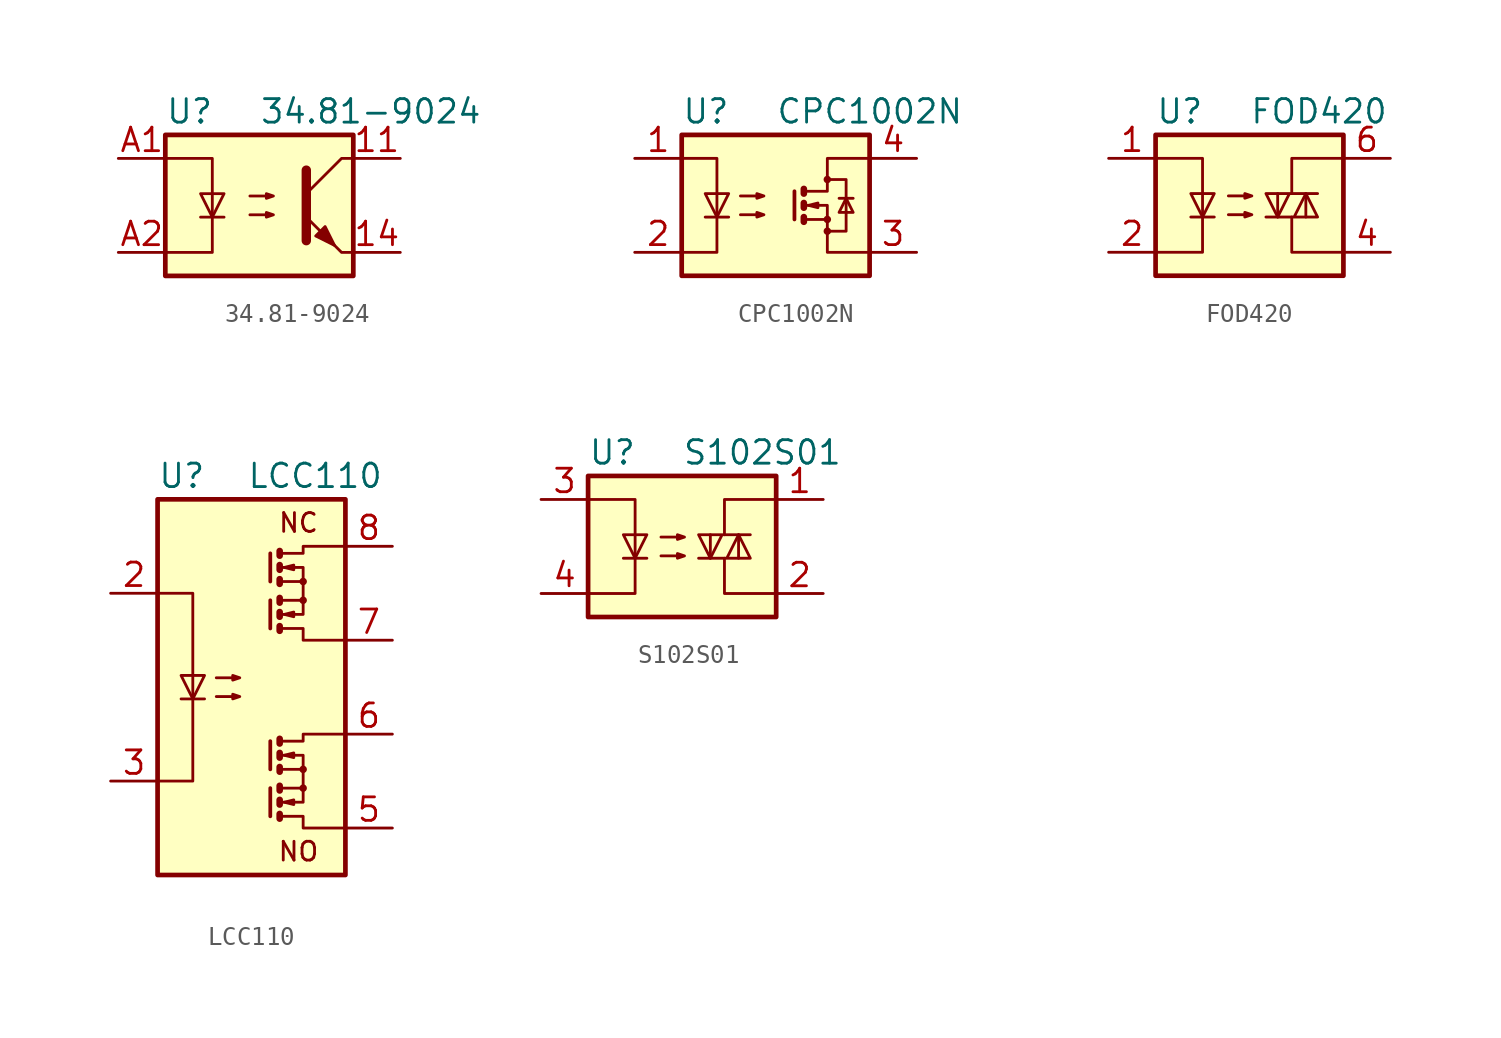
<source format=kicad_sym>
(kicad_symbol_lib
  (version 20211014)
  (generator kicad_symbol_editor)
  (symbol "34.81-9024"
    (property "Reference" "U"
      (at -5.08 5.08 0)
      (effects (font (size 1.27 1.27)) (justify left)))
    (property "Value" "34.81-9024"
      (at 0 5.08 0)
      (effects (font (size 1.27 1.27)) (justify left)))
    (symbol "34.81-9024_0_1"
      (rectangle (start -5.08 3.81) (end 5.08 -3.81) (stroke (width 0.254) (type default) (color 0 0 0 0)) (fill (type background)))
      (polyline (pts (xy -3.175 -0.635) (xy -1.905 -0.635)) (stroke (width 0) (type default) (color 0 0 0 0)) (fill (type none)))
      (polyline (pts (xy 2.54 1.905) (xy 2.54 -1.905) (xy 2.54 -1.905)) (stroke (width 0.508) (type default) (color 0 0 0 0)) (fill (type none)))
      (polyline (pts (xy -5.08 2.54) (xy -2.54 2.54) (xy -2.54 -2.54) (xy -5.08 -2.54)) (stroke (width 0) (type default) (color 0 0 0 0)) (fill (type none)))
      (polyline (pts (xy -2.54 -0.635) (xy -3.175 0.635) (xy -1.905 0.635) (xy -2.54 -0.635)) (stroke (width 0) (type default) (color 0 0 0 0)) (fill (type none)))
      (polyline (pts (xy -0.508 -0.508) (xy 0.762 -0.508) (xy 0.381 -0.635) (xy 0.381 -0.381) (xy 0.762 -0.508)) (stroke (width 0) (type default) (color 0 0 0 0)) (fill (type none)))
      (polyline (pts (xy -0.508 0.508) (xy 0.762 0.508) (xy 0.381 0.381) (xy 0.381 0.635) (xy 0.762 0.508)) (stroke (width 0) (type default) (color 0 0 0 0)) (fill (type none)))
      (polyline (pts (xy 3.048 -1.651) (xy 3.556 -1.143) (xy 4.064 -2.159) (xy 3.048 -1.651) (xy 3.048 -1.651)) (stroke (width 0) (type default) (color 0 0 0 0)) (fill (type outline)))
      (polyline (pts (xy 5.08 2.54) (xy 4.445 2.54) (xy 2.54 0.635) (xy 2.54 -0.635) (xy 4.445 -2.54) (xy 5.08 -2.54)) (stroke (width 0) (type default) (color 0 0 0 0)) (fill (type none))))
    (symbol "34.81-9024_1_1"
      (pin passive line (at 7.62 2.54 180) (length 2.54) (name "~" (effects (font (size 1.27 1.27)))) (number "11" (effects (font (size 1.27 1.27)))))
      (pin passive line (at 7.62 -2.54 180) (length 2.54) (name "~" (effects (font (size 1.27 1.27)))) (number "14" (effects (font (size 1.27 1.27)))))
      (pin passive line (at -7.62 2.54 0) (length 2.54) (name "~" (effects (font (size 1.27 1.27)))) (number "A1" (effects (font (size 1.27 1.27)))))
      (pin passive line (at -7.62 -2.54 0) (length 2.54) (name "~" (effects (font (size 1.27 1.27)))) (number "A2" (effects (font (size 1.27 1.27)))))))
  (symbol "CPC1002N"
    (property "Reference" "U"
      (at -5.08 5.08 0)
      (effects (font (size 1.27 1.27)) (justify left)))
    (property "Value" "CPC1002N"
      (at 0 5.08 0)
      (effects (font (size 1.27 1.27)) (justify left)))
    (symbol "CPC1002N_0_1"
      (rectangle (start -5.08 3.81) (end 5.08 -3.81) (stroke (width 0.254) (type default) (color 0 0 0 0)) (fill (type background)))
      (polyline (pts (xy -3.81 -0.635) (xy -2.54 -0.635)) (stroke (width 0) (type default) (color 0 0 0 0)) (fill (type none)))
      (polyline (pts (xy 1.016 0.762) (xy 1.016 -0.762)) (stroke (width 0.203) (type default) (color 0 0 0 0)) (fill (type none)))
      (polyline (pts (xy 1.524 -0.762) (xy 2.794 -0.762)) (stroke (width 0) (type default) (color 0 0 0 0)) (fill (type none)))
      (polyline (pts (xy 3.429 0.381) (xy 4.191 0.381)) (stroke (width 0) (type default) (color 0 0 0 0)) (fill (type none)))
      (polyline (pts (xy 1.524 -0.635) (xy 1.524 -0.889) (xy 1.524 -0.889)) (stroke (width 0.356) (type default) (color 0 0 0 0)) (fill (type none)))
      (polyline (pts (xy 1.524 0.127) (xy 1.524 -0.127) (xy 1.524 -0.127)) (stroke (width 0.356) (type default) (color 0 0 0 0)) (fill (type none)))
      (polyline (pts (xy 1.524 0.889) (xy 1.524 0.635) (xy 1.524 0.635)) (stroke (width 0.356) (type default) (color 0 0 0 0)) (fill (type none)))
      (polyline (pts (xy -5.08 2.54) (xy -3.175 2.54) (xy -3.175 -2.54) (xy -5.08 -2.54)) (stroke (width 0) (type default) (color 0 0 0 0)) (fill (type none)))
      (polyline (pts (xy -3.175 -0.635) (xy -3.81 0.635) (xy -2.54 0.635) (xy -3.175 -0.635)) (stroke (width 0) (type default) (color 0 0 0 0)) (fill (type none)))
      (polyline (pts (xy 1.524 0) (xy 2.794 0) (xy 2.794 -2.54) (xy 5.08 -2.54)) (stroke (width 0) (type default) (color 0 0 0 0)) (fill (type none)))
      (polyline (pts (xy 1.524 0.762) (xy 2.794 0.762) (xy 2.794 2.54) (xy 5.08 2.54)) (stroke (width 0) (type default) (color 0 0 0 0)) (fill (type none)))
      (polyline (pts (xy 1.778 0) (xy 2.286 0.127) (xy 2.286 -0.127) (xy 1.778 0)) (stroke (width 0) (type default) (color 0 0 0 0)) (fill (type none)))
      (polyline (pts (xy 2.794 -1.397) (xy 3.81 -1.397) (xy 3.81 1.397) (xy 2.794 1.397)) (stroke (width 0) (type default) (color 0 0 0 0)) (fill (type none)))
      (polyline (pts (xy 3.81 0.381) (xy 3.429 -0.381) (xy 4.191 -0.381) (xy 3.81 0.381)) (stroke (width 0) (type default) (color 0 0 0 0)) (fill (type none)))
      (polyline (pts (xy -1.905 -0.508) (xy -0.635 -0.508) (xy -1.016 -0.635) (xy -1.016 -0.381) (xy -0.635 -0.508)) (stroke (width 0) (type default) (color 0 0 0 0)) (fill (type none)))
      (polyline (pts (xy -1.905 0.508) (xy -0.635 0.508) (xy -1.016 0.381) (xy -1.016 0.635) (xy -0.635 0.508)) (stroke (width 0) (type default) (color 0 0 0 0)) (fill (type none)))
      (circle (center 2.794 -1.397) (radius 0.127) (stroke (width 0) (type default) (color 0 0 0 0)) (fill (type none)))
      (circle (center 2.794 -0.762) (radius 0.127) (stroke (width 0) (type default) (color 0 0 0 0)) (fill (type none)))
      (circle (center 2.794 1.397) (radius 0.127) (stroke (width 0) (type default) (color 0 0 0 0)) (fill (type none))))
    (symbol "CPC1002N_1_1"
      (pin passive line (at -7.62 2.54 0) (length 2.54) (name "~" (effects (font (size 1.27 1.27)))) (number "1" (effects (font (size 1.27 1.27)))))
      (pin passive line (at -7.62 -2.54 0) (length 2.54) (name "~" (effects (font (size 1.27 1.27)))) (number "2" (effects (font (size 1.27 1.27)))))
      (pin passive line (at 7.62 -2.54 180) (length 2.54) (name "~" (effects (font (size 1.27 1.27)))) (number "3" (effects (font (size 1.27 1.27)))))
      (pin passive line (at 7.62 2.54 180) (length 2.54) (name "~" (effects (font (size 1.27 1.27)))) (number "4" (effects (font (size 1.27 1.27)))))))
  (symbol "FOD420"
    (property "Reference" "U"
      (at -5.08 5.08 0)
      (effects (font (size 1.27 1.27)) (justify left)))
    (property "Value" "FOD420"
      (at 0 5.08 0)
      (effects (font (size 1.27 1.27)) (justify left)))
    (symbol "FOD420_0_1"
      (rectangle (start -5.08 3.81) (end 5.08 -3.81) (stroke (width 0.254) (type default) (color 0 0 0 0)) (fill (type background)))
      (polyline (pts (xy -3.175 -0.635) (xy -1.905 -0.635)) (stroke (width 0) (type default) (color 0 0 0 0)) (fill (type none)))
      (polyline (pts (xy 1.524 -0.635) (xy 1.524 0.635)) (stroke (width 0) (type default) (color 0 0 0 0)) (fill (type none)))
      (polyline (pts (xy 3.048 0.635) (xy 3.048 -0.635)) (stroke (width 0) (type default) (color 0 0 0 0)) (fill (type none)))
      (polyline (pts (xy 2.286 -0.635) (xy 2.286 -2.54) (xy 5.08 -2.54)) (stroke (width 0) (type default) (color 0 0 0 0)) (fill (type none)))
      (polyline (pts (xy 2.286 0.635) (xy 2.286 2.54) (xy 5.08 2.54)) (stroke (width 0) (type default) (color 0 0 0 0)) (fill (type none)))
      (polyline (pts (xy -5.08 2.54) (xy -2.54 2.54) (xy -2.54 -2.54) (xy -5.08 -2.54)) (stroke (width 0) (type default) (color 0 0 0 0)) (fill (type none)))
      (polyline (pts (xy -2.54 -0.635) (xy -3.175 0.635) (xy -1.905 0.635) (xy -2.54 -0.635)) (stroke (width 0) (type default) (color 0 0 0 0)) (fill (type none)))
      (polyline (pts (xy 0.889 -0.635) (xy 3.683 -0.635) (xy 3.048 0.635) (xy 2.413 -0.635)) (stroke (width 0) (type default) (color 0 0 0 0)) (fill (type none)))
      (polyline (pts (xy 3.683 0.635) (xy 0.889 0.635) (xy 1.524 -0.635) (xy 2.159 0.635)) (stroke (width 0) (type default) (color 0 0 0 0)) (fill (type none)))
      (polyline (pts (xy -1.143 -0.508) (xy 0.127 -0.508) (xy -0.254 -0.635) (xy -0.254 -0.381) (xy 0.127 -0.508)) (stroke (width 0) (type default) (color 0 0 0 0)) (fill (type none)))
      (polyline (pts (xy -1.143 0.508) (xy 0.127 0.508) (xy -0.254 0.381) (xy -0.254 0.635) (xy 0.127 0.508)) (stroke (width 0) (type default) (color 0 0 0 0)) (fill (type none))))
    (symbol "FOD420_1_1"
      (pin passive line (at -7.62 2.54 0) (length 2.54) (name "~" (effects (font (size 1.27 1.27)))) (number "1" (effects (font (size 1.27 1.27)))))
      (pin passive line (at -7.62 -2.54 0) (length 2.54) (name "~" (effects (font (size 1.27 1.27)))) (number "2" (effects (font (size 1.27 1.27)))))
      (pin no_connect line (at -5.08 0 0) (length 2.54) hide (name "NC" (effects (font (size 1.27 1.27)))) (number "3" (effects (font (size 1.27 1.27)))))
      (pin passive line (at 7.62 -2.54 180) (length 2.54) (name "~" (effects (font (size 1.27 1.27)))) (number "4" (effects (font (size 1.27 1.27)))))
      (pin no_connect line (at 5.08 0 180) (length 2.54) hide (name "NC" (effects (font (size 1.27 1.27)))) (number "5" (effects (font (size 1.27 1.27)))))
      (pin passive line (at 7.62 2.54 180) (length 2.54) (name "~" (effects (font (size 1.27 1.27)))) (number "6" (effects (font (size 1.27 1.27)))))))
  (symbol "LCC110"
    (property "Reference" "U"
      (at -5.08 11.43 0)
      (effects (font (size 1.27 1.27)) (justify left)))
    (property "Value" "LCC110"
      (at -0.254 11.43 0)
      (effects (font (size 1.27 1.27)) (justify left)))
    (symbol "LCC110_0_0"
      (text "NC" (at 2.54 8.89 0) (effects (font (size 1.016 1.016))))
      (text "NO" (at 2.54 -8.89 0) (effects (font (size 1.016 1.016)))))
    (symbol "LCC110_0_1"
      (polyline (pts (xy -3.81 -0.635) (xy -2.54 -0.635)) (stroke (width 0) (type default) (color 0 0 0 0)) (fill (type none)))
      (polyline (pts (xy 1.016 -5.461) (xy 1.016 -6.985)) (stroke (width 0.203) (type default) (color 0 0 0 0)) (fill (type none)))
      (polyline (pts (xy 1.016 -2.921) (xy 1.016 -4.445)) (stroke (width 0.203) (type default) (color 0 0 0 0)) (fill (type none)))
      (polyline (pts (xy 1.016 4.699) (xy 1.016 3.175)) (stroke (width 0.203) (type default) (color 0 0 0 0)) (fill (type none)))
      (polyline (pts (xy 1.016 7.239) (xy 1.016 5.715)) (stroke (width 0.203) (type default) (color 0 0 0 0)) (fill (type none)))
      (polyline (pts (xy 1.524 -6.858) (xy 1.524 -7.112) (xy 1.524 -7.112)) (stroke (width 0.356) (type default) (color 0 0 0 0)) (fill (type none)))
      (polyline (pts (xy 1.524 -6.096) (xy 1.524 -6.35) (xy 1.524 -6.35)) (stroke (width 0.356) (type default) (color 0 0 0 0)) (fill (type none)))
      (polyline (pts (xy 1.524 -5.334) (xy 1.524 -5.588) (xy 1.524 -5.588)) (stroke (width 0.356) (type default) (color 0 0 0 0)) (fill (type none)))
      (polyline (pts (xy 1.524 -4.318) (xy 1.524 -4.572) (xy 1.524 -4.572)) (stroke (width 0.356) (type default) (color 0 0 0 0)) (fill (type none)))
      (polyline (pts (xy 1.524 -3.556) (xy 1.524 -3.81) (xy 1.524 -3.81)) (stroke (width 0.356) (type default) (color 0 0 0 0)) (fill (type none)))
      (polyline (pts (xy 1.524 -2.794) (xy 1.524 -3.048) (xy 1.524 -3.048)) (stroke (width 0.356) (type default) (color 0 0 0 0)) (fill (type none)))
      (polyline (pts (xy 1.524 3.302) (xy 1.524 3.048) (xy 1.524 3.048)) (stroke (width 0.356) (type default) (color 0 0 0 0)) (fill (type none)))
      (polyline (pts (xy 1.524 4.064) (xy 1.524 3.81) (xy 1.524 3.81)) (stroke (width 0.356) (type default) (color 0 0 0 0)) (fill (type none)))
      (polyline (pts (xy 1.524 4.826) (xy 1.524 4.572) (xy 1.524 4.572)) (stroke (width 0.356) (type default) (color 0 0 0 0)) (fill (type none)))
      (polyline (pts (xy 1.524 5.842) (xy 1.524 5.588) (xy 1.524 5.588)) (stroke (width 0.356) (type default) (color 0 0 0 0)) (fill (type none)))
      (polyline (pts (xy 1.524 6.604) (xy 1.524 6.35) (xy 1.524 6.35)) (stroke (width 0.356) (type default) (color 0 0 0 0)) (fill (type none)))
      (polyline (pts (xy 1.524 7.366) (xy 1.524 7.112) (xy 1.524 7.112)) (stroke (width 0.356) (type default) (color 0 0 0 0)) (fill (type none)))
      (polyline (pts (xy 1.651 -3.683) (xy 2.794 -3.683) (xy 2.794 -4.445)) (stroke (width 0) (type default) (color 0 0 0 0)) (fill (type none)))
      (polyline (pts (xy 1.651 6.477) (xy 2.794 6.477) (xy 2.794 5.715)) (stroke (width 0) (type default) (color 0 0 0 0)) (fill (type none)))
      (polyline (pts (xy -5.08 5.08) (xy -3.175 5.08) (xy -3.175 -5.08) (xy -5.08 -5.08)) (stroke (width 0) (type default) (color 0 0 0 0)) (fill (type none)))
      (polyline (pts (xy -3.175 -0.635) (xy -3.81 0.635) (xy -2.54 0.635) (xy -3.175 -0.635)) (stroke (width 0) (type default) (color 0 0 0 0)) (fill (type none)))
      (polyline (pts (xy 1.651 -2.921) (xy 2.794 -2.921) (xy 2.794 -2.54) (xy 5.08 -2.54)) (stroke (width 0) (type default) (color 0 0 0 0)) (fill (type none)))
      (polyline (pts (xy 1.651 7.239) (xy 2.794 7.239) (xy 2.794 7.62) (xy 5.08 7.62)) (stroke (width 0) (type default) (color 0 0 0 0)) (fill (type none)))
      (polyline (pts (xy 1.778 -6.223) (xy 2.286 -6.096) (xy 2.286 -6.35) (xy 1.778 -6.223)) (stroke (width 0) (type default) (color 0 0 0 0)) (fill (type none)))
      (polyline (pts (xy 1.778 -3.683) (xy 2.286 -3.556) (xy 2.286 -3.81) (xy 1.778 -3.683)) (stroke (width 0) (type default) (color 0 0 0 0)) (fill (type none)))
      (polyline (pts (xy 1.778 3.937) (xy 2.286 4.064) (xy 2.286 3.81) (xy 1.778 3.937)) (stroke (width 0) (type default) (color 0 0 0 0)) (fill (type none)))
      (polyline (pts (xy 1.778 6.477) (xy 2.286 6.604) (xy 2.286 6.35) (xy 1.778 6.477)) (stroke (width 0) (type default) (color 0 0 0 0)) (fill (type none)))
      (polyline (pts (xy -1.905 -0.508) (xy -0.635 -0.508) (xy -1.016 -0.635) (xy -1.016 -0.381) (xy -0.635 -0.508)) (stroke (width 0) (type default) (color 0 0 0 0)) (fill (type none)))
      (polyline (pts (xy -1.905 0.508) (xy -0.635 0.508) (xy -1.016 0.381) (xy -1.016 0.635) (xy -0.635 0.508)) (stroke (width 0) (type default) (color 0 0 0 0)) (fill (type none)))
      (circle (center 2.794 -5.461) (radius 0.127) (stroke (width 0) (type default) (color 0 0 0 0)) (fill (type none)))
      (circle (center 2.794 -4.445) (radius 0.127) (stroke (width 0) (type default) (color 0 0 0 0)) (fill (type none)))
      (circle (center 2.794 4.699) (radius 0.127) (stroke (width 0) (type default) (color 0 0 0 0)) (fill (type none)))
      (circle (center 2.794 5.715) (radius 0.127) (stroke (width 0) (type default) (color 0 0 0 0)) (fill (type none)))
      (rectangle (start 5.08 -10.16) (end -5.08 10.16) (stroke (width 0.254) (type default) (color 0 0 0 0)) (fill (type background))))
    (symbol "LCC110_1_1"
      (polyline (pts (xy 1.524 -6.223) (xy 2.794 -6.223) (xy 2.794 -5.461)) (stroke (width 0) (type default) (color 0 0 0 0)) (fill (type none)))
      (polyline (pts (xy 1.524 3.937) (xy 2.794 3.937) (xy 2.794 4.699)) (stroke (width 0) (type default) (color 0 0 0 0)) (fill (type none)))
      (polyline (pts (xy 1.524 -6.985) (xy 2.794 -6.985) (xy 2.794 -7.62) (xy 5.08 -7.62)) (stroke (width 0) (type default) (color 0 0 0 0)) (fill (type none)))
      (polyline (pts (xy 1.524 -4.445) (xy 2.794 -4.445) (xy 2.794 -5.461) (xy 1.524 -5.461)) (stroke (width 0) (type default) (color 0 0 0 0)) (fill (type none)))
      (polyline (pts (xy 1.524 3.175) (xy 2.794 3.175) (xy 2.794 2.54) (xy 5.08 2.54)) (stroke (width 0) (type default) (color 0 0 0 0)) (fill (type none)))
      (polyline (pts (xy 1.524 5.715) (xy 2.794 5.715) (xy 2.794 4.699) (xy 1.524 4.699)) (stroke (width 0) (type default) (color 0 0 0 0)) (fill (type none)))
      (pin no_connect line (at -5.08 7.62 0) (length 2.54) hide (name "nc" (effects (font (size 1.27 1.27)))) (number "1" (effects (font (size 1.27 1.27)))))
      (pin passive line (at -7.62 5.08 0) (length 2.54) (name "~" (effects (font (size 1.27 1.27)))) (number "2" (effects (font (size 1.27 1.27)))))
      (pin passive line (at -7.62 -5.08 0) (length 2.54) (name "~" (effects (font (size 1.27 1.27)))) (number "3" (effects (font (size 1.27 1.27)))))
      (pin no_connect line (at -5.08 -7.62 0) (length 2.54) hide (name "nc" (effects (font (size 1.27 1.27)))) (number "4" (effects (font (size 1.27 1.27)))))
      (pin passive line (at 7.62 -7.62 180) (length 2.54) (name "~" (effects (font (size 1.27 1.27)))) (number "5" (effects (font (size 1.27 1.27)))))
      (pin passive line (at 7.62 -2.54 180) (length 2.54) (name "~" (effects (font (size 1.27 1.27)))) (number "6" (effects (font (size 1.27 1.27)))))
      (pin passive line (at 7.62 2.54 180) (length 2.54) (name "~" (effects (font (size 1.27 1.27)))) (number "7" (effects (font (size 1.27 1.27)))))
      (pin passive line (at 7.62 7.62 180) (length 2.54) (name "~" (effects (font (size 1.27 1.27)))) (number "8" (effects (font (size 1.27 1.27)))))))
  (symbol "S102S01"
    (property "Reference" "U"
      (at -5.08 5.08 0)
      (effects (font (size 1.27 1.27)) (justify left)))
    (property "Value" "S102S01"
      (at 0 5.08 0)
      (effects (font (size 1.27 1.27)) (justify left)))
    (symbol "S102S01_0_1"
      (rectangle (start -5.08 3.81) (end 5.08 -3.81) (stroke (width 0.254) (type default) (color 0 0 0 0)) (fill (type background)))
      (polyline (pts (xy -3.175 -0.635) (xy -1.905 -0.635)) (stroke (width 0) (type default) (color 0 0 0 0)) (fill (type none)))
      (polyline (pts (xy 1.524 -0.635) (xy 1.524 0.635)) (stroke (width 0) (type default) (color 0 0 0 0)) (fill (type none)))
      (polyline (pts (xy 3.048 0.635) (xy 3.048 -0.635)) (stroke (width 0) (type default) (color 0 0 0 0)) (fill (type none)))
      (polyline (pts (xy 2.286 -0.635) (xy 2.286 -2.54) (xy 5.08 -2.54)) (stroke (width 0) (type default) (color 0 0 0 0)) (fill (type none)))
      (polyline (pts (xy 2.286 0.635) (xy 2.286 2.54) (xy 5.08 2.54)) (stroke (width 0) (type default) (color 0 0 0 0)) (fill (type none)))
      (polyline (pts (xy -5.08 2.54) (xy -2.54 2.54) (xy -2.54 -2.54) (xy -5.08 -2.54)) (stroke (width 0) (type default) (color 0 0 0 0)) (fill (type none)))
      (polyline (pts (xy -2.54 -0.635) (xy -3.175 0.635) (xy -1.905 0.635) (xy -2.54 -0.635)) (stroke (width 0) (type default) (color 0 0 0 0)) (fill (type none)))
      (polyline (pts (xy 0.889 -0.635) (xy 3.683 -0.635) (xy 3.048 0.635) (xy 2.413 -0.635)) (stroke (width 0) (type default) (color 0 0 0 0)) (fill (type none)))
      (polyline (pts (xy 3.683 0.635) (xy 0.889 0.635) (xy 1.524 -0.635) (xy 2.159 0.635)) (stroke (width 0) (type default) (color 0 0 0 0)) (fill (type none)))
      (polyline (pts (xy -1.143 -0.508) (xy 0.127 -0.508) (xy -0.254 -0.635) (xy -0.254 -0.381) (xy 0.127 -0.508)) (stroke (width 0) (type default) (color 0 0 0 0)) (fill (type none)))
      (polyline (pts (xy -1.143 0.508) (xy 0.127 0.508) (xy -0.254 0.381) (xy -0.254 0.635) (xy 0.127 0.508)) (stroke (width 0) (type default) (color 0 0 0 0)) (fill (type none))))
    (symbol "S102S01_1_1"
      (pin passive line (at 7.62 2.54 180) (length 2.54) (name "~" (effects (font (size 1.27 1.27)))) (number "1" (effects (font (size 1.27 1.27)))))
      (pin passive line (at 7.62 -2.54 180) (length 2.54) (name "~" (effects (font (size 1.27 1.27)))) (number "2" (effects (font (size 1.27 1.27)))))
      (pin passive line (at -7.62 2.54 0) (length 2.54) (name "~" (effects (font (size 1.27 1.27)))) (number "3" (effects (font (size 1.27 1.27)))))
      (pin passive line (at -7.62 -2.54 0) (length 2.54) (name "~" (effects (font (size 1.27 1.27)))) (number "4" (effects (font (size 1.27 1.27))))))))
</source>
